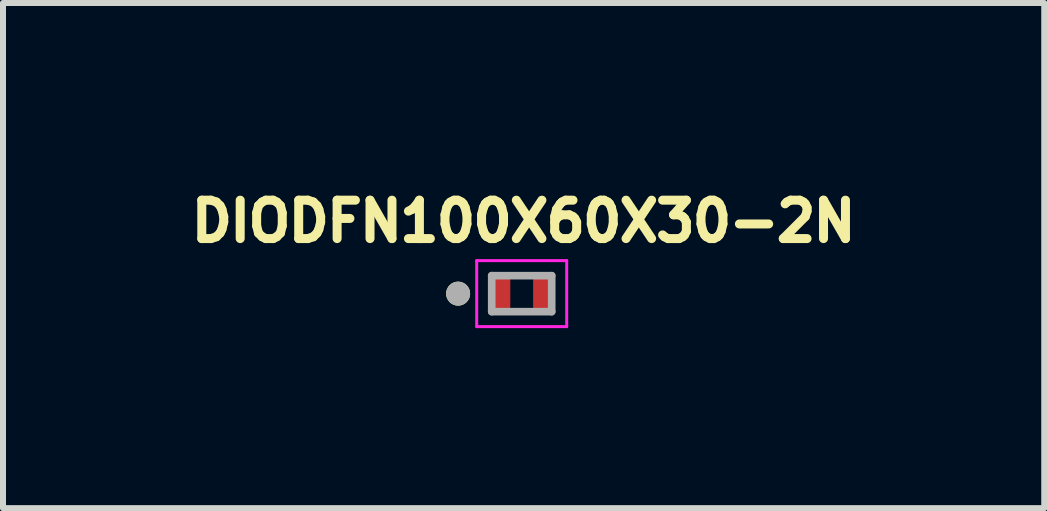
<source format=kicad_pcb>
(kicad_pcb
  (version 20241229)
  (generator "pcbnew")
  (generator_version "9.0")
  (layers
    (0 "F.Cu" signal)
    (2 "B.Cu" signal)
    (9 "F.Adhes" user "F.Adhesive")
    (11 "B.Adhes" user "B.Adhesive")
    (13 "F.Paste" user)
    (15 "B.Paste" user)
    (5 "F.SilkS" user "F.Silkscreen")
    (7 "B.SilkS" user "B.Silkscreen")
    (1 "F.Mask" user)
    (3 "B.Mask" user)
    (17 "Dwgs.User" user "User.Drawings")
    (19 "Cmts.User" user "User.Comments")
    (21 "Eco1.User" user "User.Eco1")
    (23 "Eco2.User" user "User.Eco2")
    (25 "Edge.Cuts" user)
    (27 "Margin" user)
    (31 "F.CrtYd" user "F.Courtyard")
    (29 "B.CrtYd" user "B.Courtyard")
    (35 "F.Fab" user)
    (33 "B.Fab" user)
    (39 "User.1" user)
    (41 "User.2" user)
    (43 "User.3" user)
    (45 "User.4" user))
  (footprint "DIODFN100X60X30-2N"
    (layer "F.Cu")
    (at 5.645 1.844)
    (property "Reference" "DIODFN100X60X30-2N" (at 0.032 -1.206 0) (layer "F.SilkS") (effects (font (size 0.64 0.64) (thickness 0.15))))
    (attr smd)
    (fp_circle (center -1.06 0) (end -0.96 0) (stroke (width 0.2) (type solid)) (fill no) (layer "F.SilkS"))
    (fp_line (start -0.75 -0.55) (end -0.75 0.55) (stroke (width 0.05) (type solid)) (layer "F.CrtYd"))
    (fp_line (start -0.75 0.55) (end 0.75 0.55) (stroke (width 0.05) (type solid)) (layer "F.CrtYd"))
    (fp_line (start 0.75 -0.55) (end -0.75 -0.55) (stroke (width 0.05) (type solid)) (layer "F.CrtYd"))
    (fp_line (start 0.75 0.55) (end 0.75 -0.55) (stroke (width 0.05) (type solid)) (layer "F.CrtYd"))
    (fp_line (start -0.5 -0.3) (end 0.5 -0.3) (stroke (width 0.127) (type solid)) (layer "F.Fab"))
    (fp_line (start -0.5 0.3) (end -0.5 -0.3) (stroke (width 0.127) (type solid)) (layer "F.Fab"))
    (fp_line (start 0.5 -0.3) (end 0.5 0.3) (stroke (width 0.127) (type solid)) (layer "F.Fab"))
    (fp_line (start 0.5 0.3) (end -0.5 0.3) (stroke (width 0.127) (type solid)) (layer "F.Fab"))
    (fp_circle (center -1.06 0) (end -0.96 0) (stroke (width 0.2) (type solid)) (fill no) (layer "F.Fab"))
    (pad "1" smd roundrect (at -0.325 0) (size 0.27 0.52) (layers "F.Cu" "F.Mask" "F.Paste") (roundrect_rratio 0.125))
    (pad "2" smd roundrect (at 0.325 0) (size 0.27 0.52) (layers "F.Cu" "F.Mask" "F.Paste") (roundrect_rratio 0.125)))
  (gr_rect
    (start -3 -3)
    (end 14.354 5.419)
    (stroke (width 0.1) (type default))
    (fill no)
    (layer "Edge.Cuts")))
</source>
